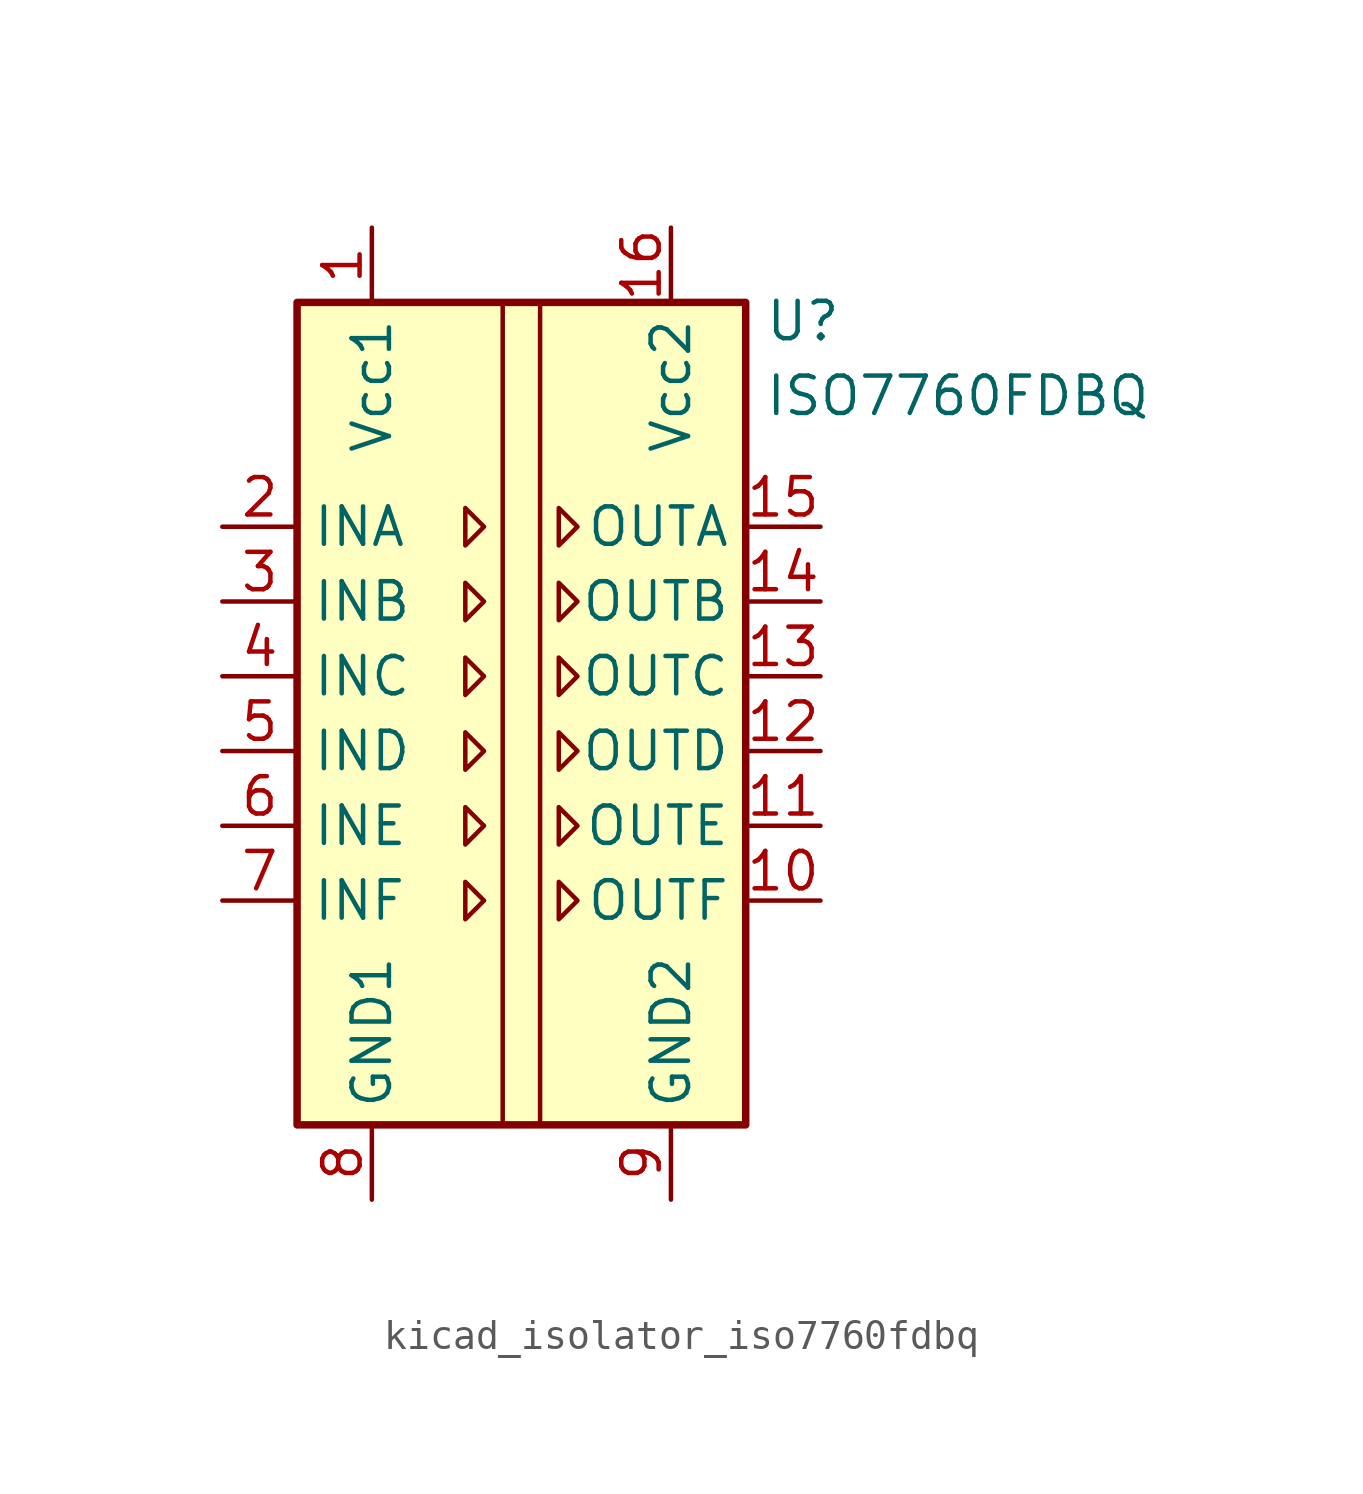
<source format=kicad_sym>
(kicad_symbol_lib
  (version 20220914)
  (generator kicad_symbol_editor)
  (symbol "kicad_isolator_iso7760fdbq"
    (property "Reference" "U"
      (at 8.255 14.605 0)
      (effects (font (size 1.27 1.27)) (justify left)))
    (property "Value" "ISO7760FDBQ"
      (at 8.255 12.065 0)
      (effects (font (size 1.27 1.27)) (justify left)))
    (symbol "kicad_isolator_iso7760fdbq_0_1"
      (rectangle (start -7.62 15.24) (end 7.62 -12.7) (stroke (width 0.254) (type default)) (fill (type background)))
      (polyline (pts (xy -0.635 15.24) (xy -0.635 -12.7)) (stroke (width 0) (type default)) (fill (type none)))
      (polyline (pts (xy 0.635 15.24) (xy 0.635 -12.7)) (stroke (width 0) (type default)) (fill (type none)))
      (polyline (pts (xy -1.905 8.255) (xy -1.27 7.62) (xy -1.905 6.985) (xy -1.905 8.255)) (stroke (width 0) (type default)) (fill (type none)))
      (polyline (pts (xy 1.27 8.255) (xy 1.905 7.62) (xy 1.27 6.985) (xy 1.27 8.255)) (stroke (width 0) (type default)) (fill (type none))))
    (symbol "kicad_isolator_iso7760fdbq_1_1"
      (polyline (pts (xy -1.905 -4.445) (xy -1.27 -5.08) (xy -1.905 -5.715) (xy -1.905 -4.445)) (stroke (width 0) (type default)) (fill (type none)))
      (polyline (pts (xy -1.905 -1.905) (xy -1.27 -2.54) (xy -1.905 -3.175) (xy -1.905 -1.905)) (stroke (width 0) (type default)) (fill (type none)))
      (polyline (pts (xy -1.905 0.635) (xy -1.27 0) (xy -1.905 -0.635) (xy -1.905 0.635)) (stroke (width 0) (type default)) (fill (type none)))
      (polyline (pts (xy -1.905 3.175) (xy -1.27 2.54) (xy -1.905 1.905) (xy -1.905 3.175)) (stroke (width 0) (type default)) (fill (type none)))
      (polyline (pts (xy -1.905 5.715) (xy -1.27 5.08) (xy -1.905 4.445) (xy -1.905 5.715)) (stroke (width 0) (type default)) (fill (type none)))
      (polyline (pts (xy 1.27 -4.445) (xy 1.905 -5.08) (xy 1.27 -5.715) (xy 1.27 -4.445)) (stroke (width 0) (type default)) (fill (type none)))
      (polyline (pts (xy 1.27 -1.905) (xy 1.905 -2.54) (xy 1.27 -3.175) (xy 1.27 -1.905)) (stroke (width 0) (type default)) (fill (type none)))
      (polyline (pts (xy 1.27 0.635) (xy 1.905 0) (xy 1.27 -0.635) (xy 1.27 0.635)) (stroke (width 0) (type default)) (fill (type none)))
      (polyline (pts (xy 1.27 3.175) (xy 1.905 2.54) (xy 1.27 1.905) (xy 1.27 3.175)) (stroke (width 0) (type default)) (fill (type none)))
      (polyline (pts (xy 1.27 5.715) (xy 1.905 5.08) (xy 1.27 4.445) (xy 1.27 5.715)) (stroke (width 0) (type default)) (fill (type none)))
      (pin power_in line (at -5.08 17.78 270) (length 2.54) (name "Vcc1" (effects (font (size 1.27 1.27)))) (number "1" (effects (font (size 1.27 1.27)))))
      (pin output line (at 10.16 -5.08 180) (length 2.54) (name "OUTF" (effects (font (size 1.27 1.27)))) (number "10" (effects (font (size 1.27 1.27)))))
      (pin output line (at 10.16 -2.54 180) (length 2.54) (name "OUTE" (effects (font (size 1.27 1.27)))) (number "11" (effects (font (size 1.27 1.27)))))
      (pin output line (at 10.16 0 180) (length 2.54) (name "OUTD" (effects (font (size 1.27 1.27)))) (number "12" (effects (font (size 1.27 1.27)))))
      (pin output line (at 10.16 2.54 180) (length 2.54) (name "OUTC" (effects (font (size 1.27 1.27)))) (number "13" (effects (font (size 1.27 1.27)))))
      (pin output line (at 10.16 5.08 180) (length 2.54) (name "OUTB" (effects (font (size 1.27 1.27)))) (number "14" (effects (font (size 1.27 1.27)))))
      (pin output line (at 10.16 7.62 180) (length 2.54) (name "OUTA" (effects (font (size 1.27 1.27)))) (number "15" (effects (font (size 1.27 1.27)))))
      (pin power_in line (at 5.08 17.78 270) (length 2.54) (name "Vcc2" (effects (font (size 1.27 1.27)))) (number "16" (effects (font (size 1.27 1.27)))))
      (pin input line (at -10.16 7.62 0) (length 2.54) (name "INA" (effects (font (size 1.27 1.27)))) (number "2" (effects (font (size 1.27 1.27)))))
      (pin input line (at -10.16 5.08 0) (length 2.54) (name "INB" (effects (font (size 1.27 1.27)))) (number "3" (effects (font (size 1.27 1.27)))))
      (pin input line (at -10.16 2.54 0) (length 2.54) (name "INC" (effects (font (size 1.27 1.27)))) (number "4" (effects (font (size 1.27 1.27)))))
      (pin input line (at -10.16 0 0) (length 2.54) (name "IND" (effects (font (size 1.27 1.27)))) (number "5" (effects (font (size 1.27 1.27)))))
      (pin input line (at -10.16 -2.54 0) (length 2.54) (name "INE" (effects (font (size 1.27 1.27)))) (number "6" (effects (font (size 1.27 1.27)))))
      (pin input line (at -10.16 -5.08 0) (length 2.54) (name "INF" (effects (font (size 1.27 1.27)))) (number "7" (effects (font (size 1.27 1.27)))))
      (pin power_in line (at -5.08 -15.24 90) (length 2.54) (name "GND1" (effects (font (size 1.27 1.27)))) (number "8" (effects (font (size 1.27 1.27)))))
      (pin power_in line (at 5.08 -15.24 90) (length 2.54) (name "GND2" (effects (font (size 1.27 1.27)))) (number "9" (effects (font (size 1.27 1.27))))))))
</source>
